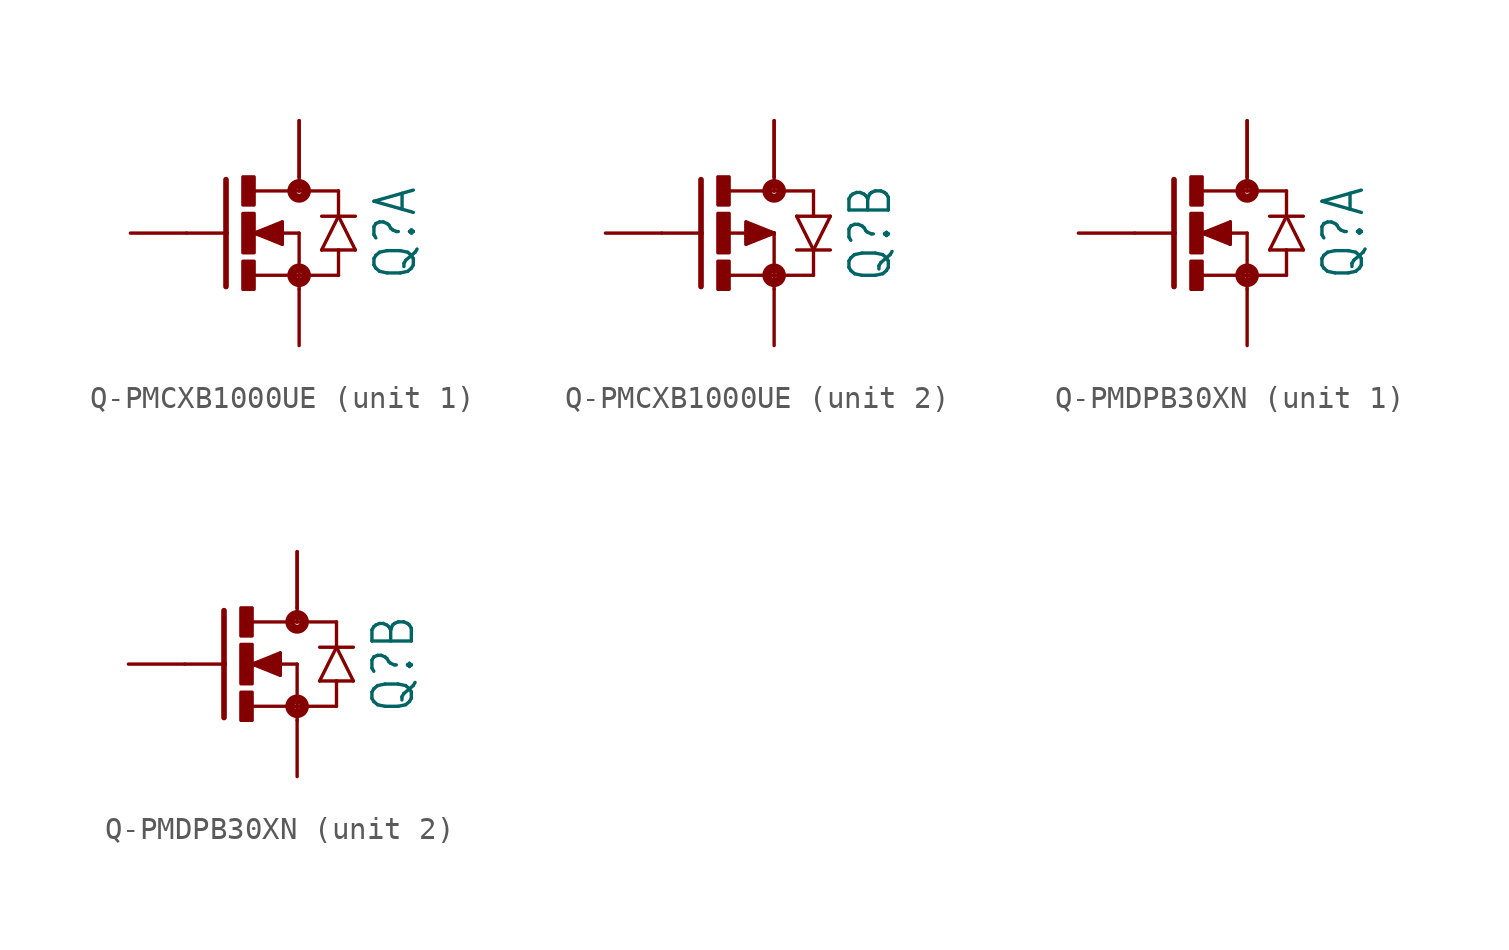
<source format=kicad_sym>
(kicad_symbol_lib
  (version 20231120)
  (generator "kicad_symbol_editor")
  (generator_version "8.0")
  (symbol "Q-PMCXB1000UE"
    (property "Reference" "Q"
      (at 5.842 0 90)
      (effects (font (size 1.778 1.511)) (justify top)))
    (property "Value" ""
      (at 8.382 0 90)
      (effects (font (size 1.778 1.511)) (justify top)))
    (property "ki_locked" ""
      (at 0 0 0)
      (effects (font (size 1.27 1.27))))
    (symbol "Q-PMCXB1000UE_1_0"
      (rectangle (start 0 -2.54) (end 0.508 -1.27) (stroke (width 0) (type default)) (fill (type outline)))
      (rectangle (start 0 -0.889) (end 0.508 0.889) (stroke (width 0) (type default)) (fill (type outline)))
      (polyline (pts (xy -0.762 0) (xy -2.54 0)) (stroke (width 0.152) (type solid)) (fill (type none)))
      (polyline (pts (xy -0.762 0) (xy -0.762 -2.413)) (stroke (width 0.254) (type solid)) (fill (type none)))
      (polyline (pts (xy -0.762 2.413) (xy -0.762 0)) (stroke (width 0.254) (type solid)) (fill (type none)))
      (polyline (pts (xy 0.508 -1.905) (xy 2.54 -1.905)) (stroke (width 0.152) (type solid)) (fill (type none)))
      (polyline (pts (xy 0.508 0) (xy 1.778 -0.508)) (stroke (width 0.152) (type solid)) (fill (type none)))
      (polyline (pts (xy 0.508 0) (xy 1.778 -0.381)) (stroke (width 0.152) (type solid)) (fill (type none)))
      (polyline (pts (xy 0.508 0) (xy 1.778 -0.254)) (stroke (width 0.152) (type solid)) (fill (type none)))
      (polyline (pts (xy 0.508 0) (xy 1.778 -0.127)) (stroke (width 0.152) (type solid)) (fill (type none)))
      (polyline (pts (xy 0.508 0) (xy 1.778 0.127)) (stroke (width 0.152) (type solid)) (fill (type none)))
      (polyline (pts (xy 0.508 0) (xy 1.778 0.254)) (stroke (width 0.152) (type solid)) (fill (type none)))
      (polyline (pts (xy 0.508 0) (xy 1.778 0.381)) (stroke (width 0.152) (type solid)) (fill (type none)))
      (polyline (pts (xy 0.508 0) (xy 1.778 0.508)) (stroke (width 0.152) (type solid)) (fill (type none)))
      (polyline (pts (xy 1.778 -0.381) (xy 1.778 -0.508)) (stroke (width 0.152) (type solid)) (fill (type none)))
      (polyline (pts (xy 1.778 -0.254) (xy 1.778 -0.381)) (stroke (width 0.152) (type solid)) (fill (type none)))
      (polyline (pts (xy 1.778 -0.127) (xy 1.778 -0.254)) (stroke (width 0.152) (type solid)) (fill (type none)))
      (polyline (pts (xy 1.778 0.127) (xy 1.778 -0.127)) (stroke (width 0.152) (type solid)) (fill (type none)))
      (polyline (pts (xy 1.778 0.254) (xy 1.778 0.127)) (stroke (width 0.152) (type solid)) (fill (type none)))
      (polyline (pts (xy 1.778 0.381) (xy 1.778 0.254)) (stroke (width 0.152) (type solid)) (fill (type none)))
      (polyline (pts (xy 1.778 0.508) (xy 1.778 0.381)) (stroke (width 0.152) (type solid)) (fill (type none)))
      (polyline (pts (xy 2.54 -1.905) (xy 2.54 -2.54)) (stroke (width 0.152) (type solid)) (fill (type none)))
      (polyline (pts (xy 2.54 0) (xy 0.508 0)) (stroke (width 0.152) (type solid)) (fill (type none)))
      (polyline (pts (xy 2.54 0) (xy 2.54 -1.905)) (stroke (width 0.152) (type solid)) (fill (type none)))
      (polyline (pts (xy 2.54 1.905) (xy 0.533 1.905)) (stroke (width 0.152) (type solid)) (fill (type none)))
      (polyline (pts (xy 2.54 2.54) (xy 2.54 1.905)) (stroke (width 0.152) (type solid)) (fill (type none)))
      (polyline (pts (xy 3.556 -0.762) (xy 4.318 -0.762)) (stroke (width 0.152) (type solid)) (fill (type none)))
      (polyline (pts (xy 3.556 0.762) (xy 4.318 0.762)) (stroke (width 0.152) (type solid)) (fill (type none)))
      (polyline (pts (xy 4.318 -1.905) (xy 2.54 -1.905)) (stroke (width 0.152) (type solid)) (fill (type none)))
      (polyline (pts (xy 4.318 -1.905) (xy 4.318 -0.762)) (stroke (width 0.152) (type solid)) (fill (type none)))
      (polyline (pts (xy 4.318 -0.762) (xy 5.08 -0.762)) (stroke (width 0.152) (type solid)) (fill (type none)))
      (polyline (pts (xy 4.318 0.762) (xy 3.556 -0.762)) (stroke (width 0.152) (type solid)) (fill (type none)))
      (polyline (pts (xy 4.318 0.762) (xy 5.08 0.762)) (stroke (width 0.152) (type solid)) (fill (type none)))
      (polyline (pts (xy 4.318 1.905) (xy 2.54 1.905)) (stroke (width 0.152) (type solid)) (fill (type none)))
      (polyline (pts (xy 4.318 1.905) (xy 4.318 0.762)) (stroke (width 0.152) (type solid)) (fill (type none)))
      (polyline (pts (xy 5.08 -0.762) (xy 4.318 0.762)) (stroke (width 0.152) (type solid)) (fill (type none)))
      (rectangle (start 0 1.27) (end 0.508 2.54) (stroke (width 0) (type default)) (fill (type outline)))
      (circle (center 2.54 -1.905) (radius 0.127) (stroke (width 0.406) (type solid)) (fill (type none)))
      (circle (center 2.54 1.905) (radius 0.127) (stroke (width 0.406) (type solid)) (fill (type none)))
      (pin passive line (at 2.54 -5.08 90) (length 2.54) (name "S" (effects (font (size 0 0)))) (number "1" (effects (font (size 0 0)))))
      (pin passive line (at -5.08 0 0) (length 2.54) (name "G" (effects (font (size 0 0)))) (number "2" (effects (font (size 0 0)))))
      (pin passive line (at 2.54 5.08 270) (length 2.54) (name "D" (effects (font (size 0 0)))) (number "6" (effects (font (size 0 0)))))
      (pin passive line (at 2.54 5.08 270) (length 2.54) (name "D" (effects (font (size 0 0)))) (number "7" (effects (font (size 0 0))))))
    (symbol "Q-PMCXB1000UE_2_0"
      (rectangle (start 0 -2.54) (end 0.508 -1.27) (stroke (width 0) (type default)) (fill (type outline)))
      (rectangle (start 0 -0.889) (end 0.508 0.889) (stroke (width 0) (type default)) (fill (type outline)))
      (polyline (pts (xy -0.762 0) (xy -2.54 0)) (stroke (width 0.152) (type solid)) (fill (type none)))
      (polyline (pts (xy -0.762 0) (xy -0.762 -2.413)) (stroke (width 0.254) (type solid)) (fill (type none)))
      (polyline (pts (xy -0.762 2.413) (xy -0.762 0)) (stroke (width 0.254) (type solid)) (fill (type none)))
      (polyline (pts (xy 0.508 -1.905) (xy 2.54 -1.905)) (stroke (width 0.152) (type solid)) (fill (type none)))
      (polyline (pts (xy 1.27 -0.508) (xy 2.54 0)) (stroke (width 0.152) (type solid)) (fill (type none)))
      (polyline (pts (xy 1.27 -0.381) (xy 1.27 -0.508)) (stroke (width 0.152) (type solid)) (fill (type none)))
      (polyline (pts (xy 1.27 -0.254) (xy 1.27 -0.381)) (stroke (width 0.152) (type solid)) (fill (type none)))
      (polyline (pts (xy 1.27 -0.127) (xy 1.27 -0.254)) (stroke (width 0.152) (type solid)) (fill (type none)))
      (polyline (pts (xy 1.27 0.127) (xy 1.27 -0.127)) (stroke (width 0.152) (type solid)) (fill (type none)))
      (polyline (pts (xy 1.27 0.254) (xy 1.27 0.127)) (stroke (width 0.152) (type solid)) (fill (type none)))
      (polyline (pts (xy 1.27 0.381) (xy 1.27 0.254)) (stroke (width 0.152) (type solid)) (fill (type none)))
      (polyline (pts (xy 1.27 0.508) (xy 1.27 0.381)) (stroke (width 0.152) (type solid)) (fill (type none)))
      (polyline (pts (xy 1.27 0.508) (xy 2.54 0)) (stroke (width 0.152) (type solid)) (fill (type none)))
      (polyline (pts (xy 2.54 -1.905) (xy 2.54 -2.54)) (stroke (width 0.152) (type solid)) (fill (type none)))
      (polyline (pts (xy 2.54 0) (xy 0.508 0)) (stroke (width 0.152) (type solid)) (fill (type none)))
      (polyline (pts (xy 2.54 0) (xy 1.27 -0.381)) (stroke (width 0.152) (type solid)) (fill (type none)))
      (polyline (pts (xy 2.54 0) (xy 1.27 -0.254)) (stroke (width 0.152) (type solid)) (fill (type none)))
      (polyline (pts (xy 2.54 0) (xy 1.27 -0.127)) (stroke (width 0.152) (type solid)) (fill (type none)))
      (polyline (pts (xy 2.54 0) (xy 1.27 0.127)) (stroke (width 0.152) (type solid)) (fill (type none)))
      (polyline (pts (xy 2.54 0) (xy 1.27 0.254)) (stroke (width 0.152) (type solid)) (fill (type none)))
      (polyline (pts (xy 2.54 0) (xy 1.27 0.381)) (stroke (width 0.152) (type solid)) (fill (type none)))
      (polyline (pts (xy 2.54 0) (xy 2.54 -1.905)) (stroke (width 0.152) (type solid)) (fill (type none)))
      (polyline (pts (xy 2.54 1.905) (xy 0.533 1.905)) (stroke (width 0.152) (type solid)) (fill (type none)))
      (polyline (pts (xy 2.54 2.54) (xy 2.54 1.905)) (stroke (width 0.152) (type solid)) (fill (type none)))
      (polyline (pts (xy 3.556 0.762) (xy 4.318 -0.762)) (stroke (width 0.152) (type solid)) (fill (type none)))
      (polyline (pts (xy 4.318 -1.905) (xy 2.54 -1.905)) (stroke (width 0.152) (type solid)) (fill (type none)))
      (polyline (pts (xy 4.318 -1.905) (xy 4.318 -0.762)) (stroke (width 0.152) (type solid)) (fill (type none)))
      (polyline (pts (xy 4.318 -0.762) (xy 3.556 -0.762)) (stroke (width 0.152) (type solid)) (fill (type none)))
      (polyline (pts (xy 4.318 -0.762) (xy 5.08 0.762)) (stroke (width 0.152) (type solid)) (fill (type none)))
      (polyline (pts (xy 4.318 0.762) (xy 3.556 0.762)) (stroke (width 0.152) (type solid)) (fill (type none)))
      (polyline (pts (xy 4.318 1.905) (xy 2.54 1.905)) (stroke (width 0.152) (type solid)) (fill (type none)))
      (polyline (pts (xy 4.318 1.905) (xy 4.318 0.762)) (stroke (width 0.152) (type solid)) (fill (type none)))
      (polyline (pts (xy 5.08 -0.762) (xy 4.318 -0.762)) (stroke (width 0.152) (type solid)) (fill (type none)))
      (polyline (pts (xy 5.08 0.762) (xy 4.318 0.762)) (stroke (width 0.152) (type solid)) (fill (type none)))
      (rectangle (start 0 1.27) (end 0.508 2.54) (stroke (width 0) (type default)) (fill (type outline)))
      (circle (center 2.54 -1.905) (radius 0.127) (stroke (width 0.406) (type solid)) (fill (type none)))
      (circle (center 2.54 1.905) (radius 0.127) (stroke (width 0.406) (type solid)) (fill (type none)))
      (pin passive line (at 2.54 5.08 270) (length 2.54) (name "D" (effects (font (size 0 0)))) (number "3" (effects (font (size 0 0)))))
      (pin passive line (at 2.54 -5.08 90) (length 2.54) (name "S" (effects (font (size 0 0)))) (number "4" (effects (font (size 0 0)))))
      (pin passive line (at -5.08 0 0) (length 2.54) (name "G" (effects (font (size 0 0)))) (number "5" (effects (font (size 0 0)))))
      (pin passive line (at 2.54 5.08 270) (length 2.54) (name "D" (effects (font (size 0 0)))) (number "8" (effects (font (size 0 0)))))))
  (symbol "Q-PMDPB30XN"
    (property "Reference" "Q"
      (at 5.842 0 90)
      (effects (font (size 1.778 1.511)) (justify top)))
    (property "Value" ""
      (at 8.382 0 90)
      (effects (font (size 1.778 1.511)) (justify top)))
    (property "ki_locked" ""
      (at 0 0 0)
      (effects (font (size 1.27 1.27))))
    (symbol "Q-PMDPB30XN_1_0"
      (rectangle (start 0 -2.54) (end 0.508 -1.27) (stroke (width 0) (type default)) (fill (type outline)))
      (rectangle (start 0 -0.889) (end 0.508 0.889) (stroke (width 0) (type default)) (fill (type outline)))
      (polyline (pts (xy -0.762 0) (xy -2.54 0)) (stroke (width 0.152) (type solid)) (fill (type none)))
      (polyline (pts (xy -0.762 0) (xy -0.762 -2.413)) (stroke (width 0.254) (type solid)) (fill (type none)))
      (polyline (pts (xy -0.762 2.413) (xy -0.762 0)) (stroke (width 0.254) (type solid)) (fill (type none)))
      (polyline (pts (xy 0.508 -1.905) (xy 2.54 -1.905)) (stroke (width 0.152) (type solid)) (fill (type none)))
      (polyline (pts (xy 0.508 0) (xy 1.778 -0.508)) (stroke (width 0.152) (type solid)) (fill (type none)))
      (polyline (pts (xy 0.508 0) (xy 1.778 -0.381)) (stroke (width 0.152) (type solid)) (fill (type none)))
      (polyline (pts (xy 0.508 0) (xy 1.778 -0.254)) (stroke (width 0.152) (type solid)) (fill (type none)))
      (polyline (pts (xy 0.508 0) (xy 1.778 -0.127)) (stroke (width 0.152) (type solid)) (fill (type none)))
      (polyline (pts (xy 0.508 0) (xy 1.778 0.127)) (stroke (width 0.152) (type solid)) (fill (type none)))
      (polyline (pts (xy 0.508 0) (xy 1.778 0.254)) (stroke (width 0.152) (type solid)) (fill (type none)))
      (polyline (pts (xy 0.508 0) (xy 1.778 0.381)) (stroke (width 0.152) (type solid)) (fill (type none)))
      (polyline (pts (xy 0.508 0) (xy 1.778 0.508)) (stroke (width 0.152) (type solid)) (fill (type none)))
      (polyline (pts (xy 1.778 -0.381) (xy 1.778 -0.508)) (stroke (width 0.152) (type solid)) (fill (type none)))
      (polyline (pts (xy 1.778 -0.254) (xy 1.778 -0.381)) (stroke (width 0.152) (type solid)) (fill (type none)))
      (polyline (pts (xy 1.778 -0.127) (xy 1.778 -0.254)) (stroke (width 0.152) (type solid)) (fill (type none)))
      (polyline (pts (xy 1.778 0.127) (xy 1.778 -0.127)) (stroke (width 0.152) (type solid)) (fill (type none)))
      (polyline (pts (xy 1.778 0.254) (xy 1.778 0.127)) (stroke (width 0.152) (type solid)) (fill (type none)))
      (polyline (pts (xy 1.778 0.381) (xy 1.778 0.254)) (stroke (width 0.152) (type solid)) (fill (type none)))
      (polyline (pts (xy 1.778 0.508) (xy 1.778 0.381)) (stroke (width 0.152) (type solid)) (fill (type none)))
      (polyline (pts (xy 2.54 -1.905) (xy 2.54 -2.54)) (stroke (width 0.152) (type solid)) (fill (type none)))
      (polyline (pts (xy 2.54 0) (xy 0.508 0)) (stroke (width 0.152) (type solid)) (fill (type none)))
      (polyline (pts (xy 2.54 0) (xy 2.54 -1.905)) (stroke (width 0.152) (type solid)) (fill (type none)))
      (polyline (pts (xy 2.54 1.905) (xy 0.533 1.905)) (stroke (width 0.152) (type solid)) (fill (type none)))
      (polyline (pts (xy 2.54 2.54) (xy 2.54 1.905)) (stroke (width 0.152) (type solid)) (fill (type none)))
      (polyline (pts (xy 3.556 -0.762) (xy 4.318 -0.762)) (stroke (width 0.152) (type solid)) (fill (type none)))
      (polyline (pts (xy 3.556 0.762) (xy 4.318 0.762)) (stroke (width 0.152) (type solid)) (fill (type none)))
      (polyline (pts (xy 4.318 -1.905) (xy 2.54 -1.905)) (stroke (width 0.152) (type solid)) (fill (type none)))
      (polyline (pts (xy 4.318 -1.905) (xy 4.318 -0.762)) (stroke (width 0.152) (type solid)) (fill (type none)))
      (polyline (pts (xy 4.318 -0.762) (xy 5.08 -0.762)) (stroke (width 0.152) (type solid)) (fill (type none)))
      (polyline (pts (xy 4.318 0.762) (xy 3.556 -0.762)) (stroke (width 0.152) (type solid)) (fill (type none)))
      (polyline (pts (xy 4.318 0.762) (xy 5.08 0.762)) (stroke (width 0.152) (type solid)) (fill (type none)))
      (polyline (pts (xy 4.318 1.905) (xy 2.54 1.905)) (stroke (width 0.152) (type solid)) (fill (type none)))
      (polyline (pts (xy 4.318 1.905) (xy 4.318 0.762)) (stroke (width 0.152) (type solid)) (fill (type none)))
      (polyline (pts (xy 5.08 -0.762) (xy 4.318 0.762)) (stroke (width 0.152) (type solid)) (fill (type none)))
      (rectangle (start 0 1.27) (end 0.508 2.54) (stroke (width 0) (type default)) (fill (type outline)))
      (circle (center 2.54 -1.905) (radius 0.127) (stroke (width 0.406) (type solid)) (fill (type none)))
      (circle (center 2.54 1.905) (radius 0.127) (stroke (width 0.406) (type solid)) (fill (type none)))
      (pin passive line (at 2.54 -5.08 90) (length 2.54) (name "S" (effects (font (size 0 0)))) (number "1" (effects (font (size 0 0)))))
      (pin passive line (at -5.08 0 0) (length 2.54) (name "G" (effects (font (size 0 0)))) (number "2" (effects (font (size 0 0)))))
      (pin passive line (at 2.54 5.08 270) (length 2.54) (name "D" (effects (font (size 0 0)))) (number "6" (effects (font (size 0 0)))))
      (pin passive line (at 2.54 5.08 270) (length 2.54) (name "D" (effects (font (size 0 0)))) (number "7" (effects (font (size 0 0))))))
    (symbol "Q-PMDPB30XN_2_0"
      (rectangle (start 0 -2.54) (end 0.508 -1.27) (stroke (width 0) (type default)) (fill (type outline)))
      (rectangle (start 0 -0.889) (end 0.508 0.889) (stroke (width 0) (type default)) (fill (type outline)))
      (polyline (pts (xy -0.762 0) (xy -2.54 0)) (stroke (width 0.152) (type solid)) (fill (type none)))
      (polyline (pts (xy -0.762 0) (xy -0.762 -2.413)) (stroke (width 0.254) (type solid)) (fill (type none)))
      (polyline (pts (xy -0.762 2.413) (xy -0.762 0)) (stroke (width 0.254) (type solid)) (fill (type none)))
      (polyline (pts (xy 0.508 -1.905) (xy 2.54 -1.905)) (stroke (width 0.152) (type solid)) (fill (type none)))
      (polyline (pts (xy 0.508 0) (xy 1.778 -0.508)) (stroke (width 0.152) (type solid)) (fill (type none)))
      (polyline (pts (xy 0.508 0) (xy 1.778 -0.381)) (stroke (width 0.152) (type solid)) (fill (type none)))
      (polyline (pts (xy 0.508 0) (xy 1.778 -0.254)) (stroke (width 0.152) (type solid)) (fill (type none)))
      (polyline (pts (xy 0.508 0) (xy 1.778 -0.127)) (stroke (width 0.152) (type solid)) (fill (type none)))
      (polyline (pts (xy 0.508 0) (xy 1.778 0.127)) (stroke (width 0.152) (type solid)) (fill (type none)))
      (polyline (pts (xy 0.508 0) (xy 1.778 0.254)) (stroke (width 0.152) (type solid)) (fill (type none)))
      (polyline (pts (xy 0.508 0) (xy 1.778 0.381)) (stroke (width 0.152) (type solid)) (fill (type none)))
      (polyline (pts (xy 0.508 0) (xy 1.778 0.508)) (stroke (width 0.152) (type solid)) (fill (type none)))
      (polyline (pts (xy 1.778 -0.381) (xy 1.778 -0.508)) (stroke (width 0.152) (type solid)) (fill (type none)))
      (polyline (pts (xy 1.778 -0.254) (xy 1.778 -0.381)) (stroke (width 0.152) (type solid)) (fill (type none)))
      (polyline (pts (xy 1.778 -0.127) (xy 1.778 -0.254)) (stroke (width 0.152) (type solid)) (fill (type none)))
      (polyline (pts (xy 1.778 0.127) (xy 1.778 -0.127)) (stroke (width 0.152) (type solid)) (fill (type none)))
      (polyline (pts (xy 1.778 0.254) (xy 1.778 0.127)) (stroke (width 0.152) (type solid)) (fill (type none)))
      (polyline (pts (xy 1.778 0.381) (xy 1.778 0.254)) (stroke (width 0.152) (type solid)) (fill (type none)))
      (polyline (pts (xy 1.778 0.508) (xy 1.778 0.381)) (stroke (width 0.152) (type solid)) (fill (type none)))
      (polyline (pts (xy 2.54 -1.905) (xy 2.54 -2.54)) (stroke (width 0.152) (type solid)) (fill (type none)))
      (polyline (pts (xy 2.54 0) (xy 0.508 0)) (stroke (width 0.152) (type solid)) (fill (type none)))
      (polyline (pts (xy 2.54 0) (xy 2.54 -1.905)) (stroke (width 0.152) (type solid)) (fill (type none)))
      (polyline (pts (xy 2.54 1.905) (xy 0.533 1.905)) (stroke (width 0.152) (type solid)) (fill (type none)))
      (polyline (pts (xy 2.54 2.54) (xy 2.54 1.905)) (stroke (width 0.152) (type solid)) (fill (type none)))
      (polyline (pts (xy 3.556 -0.762) (xy 4.318 -0.762)) (stroke (width 0.152) (type solid)) (fill (type none)))
      (polyline (pts (xy 3.556 0.762) (xy 4.318 0.762)) (stroke (width 0.152) (type solid)) (fill (type none)))
      (polyline (pts (xy 4.318 -1.905) (xy 2.54 -1.905)) (stroke (width 0.152) (type solid)) (fill (type none)))
      (polyline (pts (xy 4.318 -1.905) (xy 4.318 -0.762)) (stroke (width 0.152) (type solid)) (fill (type none)))
      (polyline (pts (xy 4.318 -0.762) (xy 5.08 -0.762)) (stroke (width 0.152) (type solid)) (fill (type none)))
      (polyline (pts (xy 4.318 0.762) (xy 3.556 -0.762)) (stroke (width 0.152) (type solid)) (fill (type none)))
      (polyline (pts (xy 4.318 0.762) (xy 5.08 0.762)) (stroke (width 0.152) (type solid)) (fill (type none)))
      (polyline (pts (xy 4.318 1.905) (xy 2.54 1.905)) (stroke (width 0.152) (type solid)) (fill (type none)))
      (polyline (pts (xy 4.318 1.905) (xy 4.318 0.762)) (stroke (width 0.152) (type solid)) (fill (type none)))
      (polyline (pts (xy 5.08 -0.762) (xy 4.318 0.762)) (stroke (width 0.152) (type solid)) (fill (type none)))
      (rectangle (start 0 1.27) (end 0.508 2.54) (stroke (width 0) (type default)) (fill (type outline)))
      (circle (center 2.54 -1.905) (radius 0.127) (stroke (width 0.406) (type solid)) (fill (type none)))
      (circle (center 2.54 1.905) (radius 0.127) (stroke (width 0.406) (type solid)) (fill (type none)))
      (pin passive line (at 2.54 5.08 270) (length 2.54) (name "D" (effects (font (size 0 0)))) (number "3" (effects (font (size 0 0)))))
      (pin passive line (at 2.54 -5.08 90) (length 2.54) (name "S" (effects (font (size 0 0)))) (number "4" (effects (font (size 0 0)))))
      (pin passive line (at -5.08 0 0) (length 2.54) (name "G" (effects (font (size 0 0)))) (number "5" (effects (font (size 0 0)))))
      (pin passive line (at 2.54 5.08 270) (length 2.54) (name "D" (effects (font (size 0 0)))) (number "8" (effects (font (size 0 0))))))))
</source>
